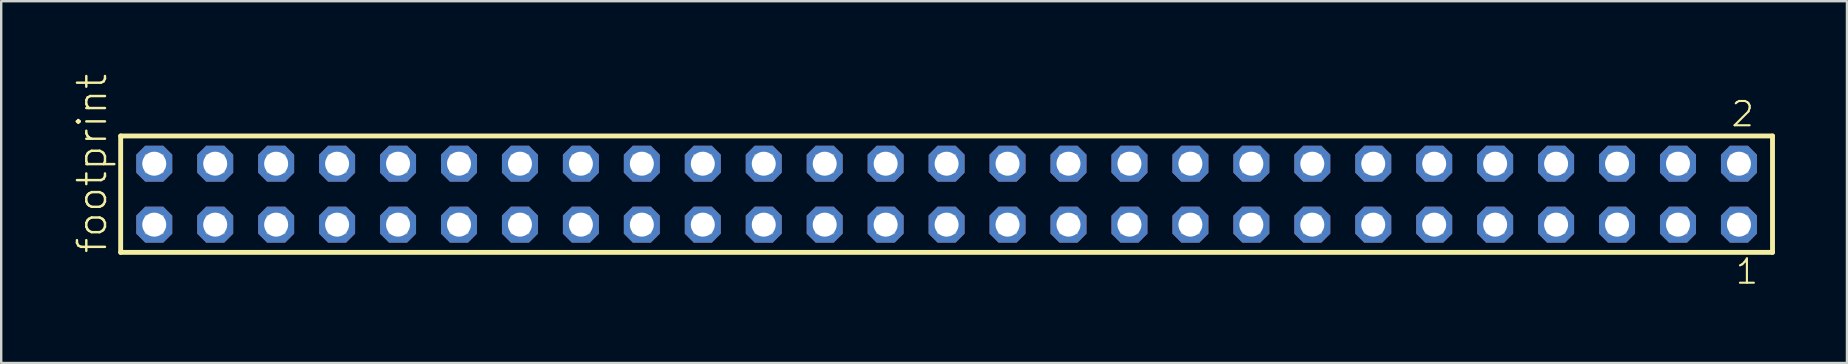
<source format=kicad_pcb>
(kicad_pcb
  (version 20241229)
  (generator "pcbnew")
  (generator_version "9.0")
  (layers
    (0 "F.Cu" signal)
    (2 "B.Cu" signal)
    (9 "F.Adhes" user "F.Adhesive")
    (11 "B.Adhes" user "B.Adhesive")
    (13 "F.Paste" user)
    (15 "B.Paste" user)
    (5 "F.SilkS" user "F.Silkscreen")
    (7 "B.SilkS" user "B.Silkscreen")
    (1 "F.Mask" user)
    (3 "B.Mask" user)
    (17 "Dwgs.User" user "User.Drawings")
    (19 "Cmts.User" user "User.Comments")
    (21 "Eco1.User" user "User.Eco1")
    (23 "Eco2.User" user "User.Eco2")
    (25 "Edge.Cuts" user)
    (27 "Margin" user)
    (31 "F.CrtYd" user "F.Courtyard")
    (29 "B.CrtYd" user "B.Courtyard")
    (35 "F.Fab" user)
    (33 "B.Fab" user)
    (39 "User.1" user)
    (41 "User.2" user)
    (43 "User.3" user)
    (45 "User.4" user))
  (footprint "footprint"
    (layer "F.Cu")
    (at 36.398 5.042)
    (property "Reference" "footprint" (at -34.925 2.54 90) (layer "F.SilkS") (effects (font (size 1.168 1.168) (thickness 0.102)) (justify left bottom)))
    (fp_line (start -34.419 -2.425) (end 34.419 -2.425) (stroke (width 0.203) (type solid)) (layer "F.SilkS"))
    (fp_line (start -34.419 2.425) (end -34.419 -2.425) (stroke (width 0.203) (type solid)) (layer "F.SilkS"))
    (fp_line (start 34.419 -2.425) (end 34.419 2.425) (stroke (width 0.203) (type solid)) (layer "F.SilkS"))
    (fp_line (start 34.419 2.425) (end -34.419 2.425) (stroke (width 0.203) (type solid)) (layer "F.SilkS"))
    (fp_poly (pts (xy -33.37 -0.92) (xy -32.67 -0.92) (xy -32.67 -1.62) (xy -33.37 -1.62)) (stroke (width 0.1) (type solid)) (fill no) (layer "F.Fab"))
    (fp_poly (pts (xy -33.37 1.62) (xy -32.67 1.62) (xy -32.67 0.92) (xy -33.37 0.92)) (stroke (width 0.1) (type solid)) (fill no) (layer "F.Fab"))
    (fp_poly (pts (xy -30.83 -0.92) (xy -30.13 -0.92) (xy -30.13 -1.62) (xy -30.83 -1.62)) (stroke (width 0.1) (type solid)) (fill no) (layer "F.Fab"))
    (fp_poly (pts (xy -30.83 1.62) (xy -30.13 1.62) (xy -30.13 0.92) (xy -30.83 0.92)) (stroke (width 0.1) (type solid)) (fill no) (layer "F.Fab"))
    (fp_poly (pts (xy -28.29 -0.92) (xy -27.59 -0.92) (xy -27.59 -1.62) (xy -28.29 -1.62)) (stroke (width 0.1) (type solid)) (fill no) (layer "F.Fab"))
    (fp_poly (pts (xy -28.29 1.62) (xy -27.59 1.62) (xy -27.59 0.92) (xy -28.29 0.92)) (stroke (width 0.1) (type solid)) (fill no) (layer "F.Fab"))
    (fp_poly (pts (xy -25.75 -0.92) (xy -25.05 -0.92) (xy -25.05 -1.62) (xy -25.75 -1.62)) (stroke (width 0.1) (type solid)) (fill no) (layer "F.Fab"))
    (fp_poly (pts (xy -25.75 1.62) (xy -25.05 1.62) (xy -25.05 0.92) (xy -25.75 0.92)) (stroke (width 0.1) (type solid)) (fill no) (layer "F.Fab"))
    (fp_poly (pts (xy -23.21 -0.92) (xy -22.51 -0.92) (xy -22.51 -1.62) (xy -23.21 -1.62)) (stroke (width 0.1) (type solid)) (fill no) (layer "F.Fab"))
    (fp_poly (pts (xy -23.21 1.62) (xy -22.51 1.62) (xy -22.51 0.92) (xy -23.21 0.92)) (stroke (width 0.1) (type solid)) (fill no) (layer "F.Fab"))
    (fp_poly (pts (xy -20.67 -0.92) (xy -19.97 -0.92) (xy -19.97 -1.62) (xy -20.67 -1.62)) (stroke (width 0.1) (type solid)) (fill no) (layer "F.Fab"))
    (fp_poly (pts (xy -20.67 1.62) (xy -19.97 1.62) (xy -19.97 0.92) (xy -20.67 0.92)) (stroke (width 0.1) (type solid)) (fill no) (layer "F.Fab"))
    (fp_poly (pts (xy -18.13 -0.92) (xy -17.43 -0.92) (xy -17.43 -1.62) (xy -18.13 -1.62)) (stroke (width 0.1) (type solid)) (fill no) (layer "F.Fab"))
    (fp_poly (pts (xy -18.13 1.62) (xy -17.43 1.62) (xy -17.43 0.92) (xy -18.13 0.92)) (stroke (width 0.1) (type solid)) (fill no) (layer "F.Fab"))
    (fp_poly (pts (xy -15.59 -0.92) (xy -14.89 -0.92) (xy -14.89 -1.62) (xy -15.59 -1.62)) (stroke (width 0.1) (type solid)) (fill no) (layer "F.Fab"))
    (fp_poly (pts (xy -15.59 1.62) (xy -14.89 1.62) (xy -14.89 0.92) (xy -15.59 0.92)) (stroke (width 0.1) (type solid)) (fill no) (layer "F.Fab"))
    (fp_poly (pts (xy -13.05 -0.92) (xy -12.35 -0.92) (xy -12.35 -1.62) (xy -13.05 -1.62)) (stroke (width 0.1) (type solid)) (fill no) (layer "F.Fab"))
    (fp_poly (pts (xy -13.05 1.62) (xy -12.35 1.62) (xy -12.35 0.92) (xy -13.05 0.92)) (stroke (width 0.1) (type solid)) (fill no) (layer "F.Fab"))
    (fp_poly (pts (xy -10.51 -0.92) (xy -9.81 -0.92) (xy -9.81 -1.62) (xy -10.51 -1.62)) (stroke (width 0.1) (type solid)) (fill no) (layer "F.Fab"))
    (fp_poly (pts (xy -10.51 1.62) (xy -9.81 1.62) (xy -9.81 0.92) (xy -10.51 0.92)) (stroke (width 0.1) (type solid)) (fill no) (layer "F.Fab"))
    (fp_poly (pts (xy -7.97 -0.92) (xy -7.27 -0.92) (xy -7.27 -1.62) (xy -7.97 -1.62)) (stroke (width 0.1) (type solid)) (fill no) (layer "F.Fab"))
    (fp_poly (pts (xy -7.97 1.62) (xy -7.27 1.62) (xy -7.27 0.92) (xy -7.97 0.92)) (stroke (width 0.1) (type solid)) (fill no) (layer "F.Fab"))
    (fp_poly (pts (xy -5.43 -0.92) (xy -4.73 -0.92) (xy -4.73 -1.62) (xy -5.43 -1.62)) (stroke (width 0.1) (type solid)) (fill no) (layer "F.Fab"))
    (fp_poly (pts (xy -5.43 1.62) (xy -4.73 1.62) (xy -4.73 0.92) (xy -5.43 0.92)) (stroke (width 0.1) (type solid)) (fill no) (layer "F.Fab"))
    (fp_poly (pts (xy -2.89 -0.92) (xy -2.19 -0.92) (xy -2.19 -1.62) (xy -2.89 -1.62)) (stroke (width 0.1) (type solid)) (fill no) (layer "F.Fab"))
    (fp_poly (pts (xy -2.89 1.62) (xy -2.19 1.62) (xy -2.19 0.92) (xy -2.89 0.92)) (stroke (width 0.1) (type solid)) (fill no) (layer "F.Fab"))
    (fp_poly (pts (xy -0.35 -0.92) (xy 0.35 -0.92) (xy 0.35 -1.62) (xy -0.35 -1.62)) (stroke (width 0.1) (type solid)) (fill no) (layer "F.Fab"))
    (fp_poly (pts (xy -0.35 1.62) (xy 0.35 1.62) (xy 0.35 0.92) (xy -0.35 0.92)) (stroke (width 0.1) (type solid)) (fill no) (layer "F.Fab"))
    (fp_poly (pts (xy 2.19 -0.92) (xy 2.89 -0.92) (xy 2.89 -1.62) (xy 2.19 -1.62)) (stroke (width 0.1) (type solid)) (fill no) (layer "F.Fab"))
    (fp_poly (pts (xy 2.19 1.62) (xy 2.89 1.62) (xy 2.89 0.92) (xy 2.19 0.92)) (stroke (width 0.1) (type solid)) (fill no) (layer "F.Fab"))
    (fp_poly (pts (xy 4.73 -0.92) (xy 5.43 -0.92) (xy 5.43 -1.62) (xy 4.73 -1.62)) (stroke (width 0.1) (type solid)) (fill no) (layer "F.Fab"))
    (fp_poly (pts (xy 4.73 1.62) (xy 5.43 1.62) (xy 5.43 0.92) (xy 4.73 0.92)) (stroke (width 0.1) (type solid)) (fill no) (layer "F.Fab"))
    (fp_poly (pts (xy 7.27 -0.92) (xy 7.97 -0.92) (xy 7.97 -1.62) (xy 7.27 -1.62)) (stroke (width 0.1) (type solid)) (fill no) (layer "F.Fab"))
    (fp_poly (pts (xy 7.27 1.62) (xy 7.97 1.62) (xy 7.97 0.92) (xy 7.27 0.92)) (stroke (width 0.1) (type solid)) (fill no) (layer "F.Fab"))
    (fp_poly (pts (xy 9.81 -0.92) (xy 10.51 -0.92) (xy 10.51 -1.62) (xy 9.81 -1.62)) (stroke (width 0.1) (type solid)) (fill no) (layer "F.Fab"))
    (fp_poly (pts (xy 9.81 1.62) (xy 10.51 1.62) (xy 10.51 0.92) (xy 9.81 0.92)) (stroke (width 0.1) (type solid)) (fill no) (layer "F.Fab"))
    (fp_poly (pts (xy 12.35 -0.92) (xy 13.05 -0.92) (xy 13.05 -1.62) (xy 12.35 -1.62)) (stroke (width 0.1) (type solid)) (fill no) (layer "F.Fab"))
    (fp_poly (pts (xy 12.35 1.62) (xy 13.05 1.62) (xy 13.05 0.92) (xy 12.35 0.92)) (stroke (width 0.1) (type solid)) (fill no) (layer "F.Fab"))
    (fp_poly (pts (xy 14.89 -0.92) (xy 15.59 -0.92) (xy 15.59 -1.62) (xy 14.89 -1.62)) (stroke (width 0.1) (type solid)) (fill no) (layer "F.Fab"))
    (fp_poly (pts (xy 14.89 1.62) (xy 15.59 1.62) (xy 15.59 0.92) (xy 14.89 0.92)) (stroke (width 0.1) (type solid)) (fill no) (layer "F.Fab"))
    (fp_poly (pts (xy 17.43 -0.92) (xy 18.13 -0.92) (xy 18.13 -1.62) (xy 17.43 -1.62)) (stroke (width 0.1) (type solid)) (fill no) (layer "F.Fab"))
    (fp_poly (pts (xy 17.43 1.62) (xy 18.13 1.62) (xy 18.13 0.92) (xy 17.43 0.92)) (stroke (width 0.1) (type solid)) (fill no) (layer "F.Fab"))
    (fp_poly (pts (xy 19.97 -0.92) (xy 20.67 -0.92) (xy 20.67 -1.62) (xy 19.97 -1.62)) (stroke (width 0.1) (type solid)) (fill no) (layer "F.Fab"))
    (fp_poly (pts (xy 19.97 1.62) (xy 20.67 1.62) (xy 20.67 0.92) (xy 19.97 0.92)) (stroke (width 0.1) (type solid)) (fill no) (layer "F.Fab"))
    (fp_poly (pts (xy 22.51 -0.92) (xy 23.21 -0.92) (xy 23.21 -1.62) (xy 22.51 -1.62)) (stroke (width 0.1) (type solid)) (fill no) (layer "F.Fab"))
    (fp_poly (pts (xy 22.51 1.62) (xy 23.21 1.62) (xy 23.21 0.92) (xy 22.51 0.92)) (stroke (width 0.1) (type solid)) (fill no) (layer "F.Fab"))
    (fp_poly (pts (xy 25.05 -0.92) (xy 25.75 -0.92) (xy 25.75 -1.62) (xy 25.05 -1.62)) (stroke (width 0.1) (type solid)) (fill no) (layer "F.Fab"))
    (fp_poly (pts (xy 25.05 1.62) (xy 25.75 1.62) (xy 25.75 0.92) (xy 25.05 0.92)) (stroke (width 0.1) (type solid)) (fill no) (layer "F.Fab"))
    (fp_poly (pts (xy 27.59 -0.92) (xy 28.29 -0.92) (xy 28.29 -1.62) (xy 27.59 -1.62)) (stroke (width 0.1) (type solid)) (fill no) (layer "F.Fab"))
    (fp_poly (pts (xy 27.59 1.62) (xy 28.29 1.62) (xy 28.29 0.92) (xy 27.59 0.92)) (stroke (width 0.1) (type solid)) (fill no) (layer "F.Fab"))
    (fp_poly (pts (xy 30.13 -0.92) (xy 30.83 -0.92) (xy 30.83 -1.62) (xy 30.13 -1.62)) (stroke (width 0.1) (type solid)) (fill no) (layer "F.Fab"))
    (fp_poly (pts (xy 30.13 1.62) (xy 30.83 1.62) (xy 30.83 0.92) (xy 30.13 0.92)) (stroke (width 0.1) (type solid)) (fill no) (layer "F.Fab"))
    (fp_poly (pts (xy 32.67 -0.92) (xy 33.37 -0.92) (xy 33.37 -1.62) (xy 32.67 -1.62)) (stroke (width 0.1) (type solid)) (fill no) (layer "F.Fab"))
    (fp_poly (pts (xy 32.67 1.62) (xy 33.37 1.62) (xy 33.37 0.92) (xy 32.67 0.92)) (stroke (width 0.1) (type solid)) (fill no) (layer "F.Fab"))
    (fp_text user "2" (at 32.637 -2.744 0) (layer "F.SilkS") (effects (font (size 1.012 1.012) (thickness 0.088)) (justify left bottom)))
    (fp_text user "1" (at 32.812 3.818 0) (layer "F.SilkS") (effects (font (size 1.012 1.012) (thickness 0.088)) (justify left bottom)))
    (pad "1" thru_hole roundrect (at 33.02 1.27 180) (size 1.5 1.5) (drill 1) (layers "*.Cu" "*.Mask") (roundrect_rratio 0.25) (chamfer_ratio 0.25) (chamfer top_left top_right bottom_left bottom_right))
    (pad "2" thru_hole roundrect (at 33.02 -1.27 180) (size 1.5 1.5) (drill 1) (layers "*.Cu" "*.Mask") (roundrect_rratio 0.25) (chamfer_ratio 0.25) (chamfer top_left top_right bottom_left bottom_right))
    (pad "3" thru_hole roundrect (at 30.48 1.27 180) (size 1.5 1.5) (drill 1) (layers "*.Cu" "*.Mask") (roundrect_rratio 0.25) (chamfer_ratio 0.25) (chamfer top_left top_right bottom_left bottom_right))
    (pad "4" thru_hole roundrect (at 30.48 -1.27 180) (size 1.5 1.5) (drill 1) (layers "*.Cu" "*.Mask") (roundrect_rratio 0.25) (chamfer_ratio 0.25) (chamfer top_left top_right bottom_left bottom_right))
    (pad "5" thru_hole roundrect (at 27.94 1.27 180) (size 1.5 1.5) (drill 1) (layers "*.Cu" "*.Mask") (roundrect_rratio 0.25) (chamfer_ratio 0.25) (chamfer top_left top_right bottom_left bottom_right))
    (pad "6" thru_hole roundrect (at 27.94 -1.27 180) (size 1.5 1.5) (drill 1) (layers "*.Cu" "*.Mask") (roundrect_rratio 0.25) (chamfer_ratio 0.25) (chamfer top_left top_right bottom_left bottom_right))
    (pad "7" thru_hole roundrect (at 25.4 1.27 180) (size 1.5 1.5) (drill 1) (layers "*.Cu" "*.Mask") (roundrect_rratio 0.25) (chamfer_ratio 0.25) (chamfer top_left top_right bottom_left bottom_right))
    (pad "8" thru_hole roundrect (at 25.4 -1.27 180) (size 1.5 1.5) (drill 1) (layers "*.Cu" "*.Mask") (roundrect_rratio 0.25) (chamfer_ratio 0.25) (chamfer top_left top_right bottom_left bottom_right))
    (pad "9" thru_hole roundrect (at 22.86 1.27 180) (size 1.5 1.5) (drill 1) (layers "*.Cu" "*.Mask") (roundrect_rratio 0.25) (chamfer_ratio 0.25) (chamfer top_left top_right bottom_left bottom_right))
    (pad "10" thru_hole roundrect (at 22.86 -1.27 180) (size 1.5 1.5) (drill 1) (layers "*.Cu" "*.Mask") (roundrect_rratio 0.25) (chamfer_ratio 0.25) (chamfer top_left top_right bottom_left bottom_right))
    (pad "11" thru_hole roundrect (at 20.32 1.27 180) (size 1.5 1.5) (drill 1) (layers "*.Cu" "*.Mask") (roundrect_rratio 0.25) (chamfer_ratio 0.25) (chamfer top_left top_right bottom_left bottom_right))
    (pad "12" thru_hole roundrect (at 20.32 -1.27 180) (size 1.5 1.5) (drill 1) (layers "*.Cu" "*.Mask") (roundrect_rratio 0.25) (chamfer_ratio 0.25) (chamfer top_left top_right bottom_left bottom_right))
    (pad "13" thru_hole roundrect (at 17.78 1.27 180) (size 1.5 1.5) (drill 1) (layers "*.Cu" "*.Mask") (roundrect_rratio 0.25) (chamfer_ratio 0.25) (chamfer top_left top_right bottom_left bottom_right))
    (pad "14" thru_hole roundrect (at 17.78 -1.27 180) (size 1.5 1.5) (drill 1) (layers "*.Cu" "*.Mask") (roundrect_rratio 0.25) (chamfer_ratio 0.25) (chamfer top_left top_right bottom_left bottom_right))
    (pad "15" thru_hole roundrect (at 15.24 1.27 180) (size 1.5 1.5) (drill 1) (layers "*.Cu" "*.Mask") (roundrect_rratio 0.25) (chamfer_ratio 0.25) (chamfer top_left top_right bottom_left bottom_right))
    (pad "16" thru_hole roundrect (at 15.24 -1.27 180) (size 1.5 1.5) (drill 1) (layers "*.Cu" "*.Mask") (roundrect_rratio 0.25) (chamfer_ratio 0.25) (chamfer top_left top_right bottom_left bottom_right))
    (pad "17" thru_hole roundrect (at 12.7 1.27 180) (size 1.5 1.5) (drill 1) (layers "*.Cu" "*.Mask") (roundrect_rratio 0.25) (chamfer_ratio 0.25) (chamfer top_left top_right bottom_left bottom_right))
    (pad "18" thru_hole roundrect (at 12.7 -1.27 180) (size 1.5 1.5) (drill 1) (layers "*.Cu" "*.Mask") (roundrect_rratio 0.25) (chamfer_ratio 0.25) (chamfer top_left top_right bottom_left bottom_right))
    (pad "19" thru_hole roundrect (at 10.16 1.27 180) (size 1.5 1.5) (drill 1) (layers "*.Cu" "*.Mask") (roundrect_rratio 0.25) (chamfer_ratio 0.25) (chamfer top_left top_right bottom_left bottom_right))
    (pad "20" thru_hole roundrect (at 10.16 -1.27 180) (size 1.5 1.5) (drill 1) (layers "*.Cu" "*.Mask") (roundrect_rratio 0.25) (chamfer_ratio 0.25) (chamfer top_left top_right bottom_left bottom_right))
    (pad "21" thru_hole roundrect (at 7.62 1.27 180) (size 1.5 1.5) (drill 1) (layers "*.Cu" "*.Mask") (roundrect_rratio 0.25) (chamfer_ratio 0.25) (chamfer top_left top_right bottom_left bottom_right))
    (pad "22" thru_hole roundrect (at 7.62 -1.27 180) (size 1.5 1.5) (drill 1) (layers "*.Cu" "*.Mask") (roundrect_rratio 0.25) (chamfer_ratio 0.25) (chamfer top_left top_right bottom_left bottom_right))
    (pad "23" thru_hole roundrect (at 5.08 1.27 180) (size 1.5 1.5) (drill 1) (layers "*.Cu" "*.Mask") (roundrect_rratio 0.25) (chamfer_ratio 0.25) (chamfer top_left top_right bottom_left bottom_right))
    (pad "24" thru_hole roundrect (at 5.08 -1.27 180) (size 1.5 1.5) (drill 1) (layers "*.Cu" "*.Mask") (roundrect_rratio 0.25) (chamfer_ratio 0.25) (chamfer top_left top_right bottom_left bottom_right))
    (pad "25" thru_hole roundrect (at 2.54 1.27 180) (size 1.5 1.5) (drill 1) (layers "*.Cu" "*.Mask") (roundrect_rratio 0.25) (chamfer_ratio 0.25) (chamfer top_left top_right bottom_left bottom_right))
    (pad "26" thru_hole roundrect (at 2.54 -1.27 180) (size 1.5 1.5) (drill 1) (layers "*.Cu" "*.Mask") (roundrect_rratio 0.25) (chamfer_ratio 0.25) (chamfer top_left top_right bottom_left bottom_right))
    (pad "27" thru_hole roundrect (at 0 1.27 180) (size 1.5 1.5) (drill 1) (layers "*.Cu" "*.Mask") (roundrect_rratio 0.25) (chamfer_ratio 0.25) (chamfer top_left top_right bottom_left bottom_right))
    (pad "28" thru_hole roundrect (at 0 -1.27 180) (size 1.5 1.5) (drill 1) (layers "*.Cu" "*.Mask") (roundrect_rratio 0.25) (chamfer_ratio 0.25) (chamfer top_left top_right bottom_left bottom_right))
    (pad "29" thru_hole roundrect (at -2.54 1.27 180) (size 1.5 1.5) (drill 1) (layers "*.Cu" "*.Mask") (roundrect_rratio 0.25) (chamfer_ratio 0.25) (chamfer top_left top_right bottom_left bottom_right))
    (pad "30" thru_hole roundrect (at -2.54 -1.27 180) (size 1.5 1.5) (drill 1) (layers "*.Cu" "*.Mask") (roundrect_rratio 0.25) (chamfer_ratio 0.25) (chamfer top_left top_right bottom_left bottom_right))
    (pad "31" thru_hole roundrect (at -5.08 1.27 180) (size 1.5 1.5) (drill 1) (layers "*.Cu" "*.Mask") (roundrect_rratio 0.25) (chamfer_ratio 0.25) (chamfer top_left top_right bottom_left bottom_right))
    (pad "32" thru_hole roundrect (at -5.08 -1.27 180) (size 1.5 1.5) (drill 1) (layers "*.Cu" "*.Mask") (roundrect_rratio 0.25) (chamfer_ratio 0.25) (chamfer top_left top_right bottom_left bottom_right))
    (pad "33" thru_hole roundrect (at -7.62 1.27 180) (size 1.5 1.5) (drill 1) (layers "*.Cu" "*.Mask") (roundrect_rratio 0.25) (chamfer_ratio 0.25) (chamfer top_left top_right bottom_left bottom_right))
    (pad "34" thru_hole roundrect (at -7.62 -1.27 180) (size 1.5 1.5) (drill 1) (layers "*.Cu" "*.Mask") (roundrect_rratio 0.25) (chamfer_ratio 0.25) (chamfer top_left top_right bottom_left bottom_right))
    (pad "35" thru_hole roundrect (at -10.16 1.27 180) (size 1.5 1.5) (drill 1) (layers "*.Cu" "*.Mask") (roundrect_rratio 0.25) (chamfer_ratio 0.25) (chamfer top_left top_right bottom_left bottom_right))
    (pad "36" thru_hole roundrect (at -10.16 -1.27 180) (size 1.5 1.5) (drill 1) (layers "*.Cu" "*.Mask") (roundrect_rratio 0.25) (chamfer_ratio 0.25) (chamfer top_left top_right bottom_left bottom_right))
    (pad "37" thru_hole roundrect (at -12.7 1.27 180) (size 1.5 1.5) (drill 1) (layers "*.Cu" "*.Mask") (roundrect_rratio 0.25) (chamfer_ratio 0.25) (chamfer top_left top_right bottom_left bottom_right))
    (pad "38" thru_hole roundrect (at -12.7 -1.27 180) (size 1.5 1.5) (drill 1) (layers "*.Cu" "*.Mask") (roundrect_rratio 0.25) (chamfer_ratio 0.25) (chamfer top_left top_right bottom_left bottom_right))
    (pad "39" thru_hole roundrect (at -15.24 1.27 180) (size 1.5 1.5) (drill 1) (layers "*.Cu" "*.Mask") (roundrect_rratio 0.25) (chamfer_ratio 0.25) (chamfer top_left top_right bottom_left bottom_right))
    (pad "40" thru_hole roundrect (at -15.24 -1.27 180) (size 1.5 1.5) (drill 1) (layers "*.Cu" "*.Mask") (roundrect_rratio 0.25) (chamfer_ratio 0.25) (chamfer top_left top_right bottom_left bottom_right))
    (pad "41" thru_hole roundrect (at -17.78 1.27 180) (size 1.5 1.5) (drill 1) (layers "*.Cu" "*.Mask") (roundrect_rratio 0.25) (chamfer_ratio 0.25) (chamfer top_left top_right bottom_left bottom_right))
    (pad "42" thru_hole roundrect (at -17.78 -1.27 180) (size 1.5 1.5) (drill 1) (layers "*.Cu" "*.Mask") (roundrect_rratio 0.25) (chamfer_ratio 0.25) (chamfer top_left top_right bottom_left bottom_right))
    (pad "43" thru_hole roundrect (at -20.32 1.27 180) (size 1.5 1.5) (drill 1) (layers "*.Cu" "*.Mask") (roundrect_rratio 0.25) (chamfer_ratio 0.25) (chamfer top_left top_right bottom_left bottom_right))
    (pad "44" thru_hole roundrect (at -20.32 -1.27 180) (size 1.5 1.5) (drill 1) (layers "*.Cu" "*.Mask") (roundrect_rratio 0.25) (chamfer_ratio 0.25) (chamfer top_left top_right bottom_left bottom_right))
    (pad "45" thru_hole roundrect (at -22.86 1.27 180) (size 1.5 1.5) (drill 1) (layers "*.Cu" "*.Mask") (roundrect_rratio 0.25) (chamfer_ratio 0.25) (chamfer top_left top_right bottom_left bottom_right))
    (pad "46" thru_hole roundrect (at -22.86 -1.27 180) (size 1.5 1.5) (drill 1) (layers "*.Cu" "*.Mask") (roundrect_rratio 0.25) (chamfer_ratio 0.25) (chamfer top_left top_right bottom_left bottom_right))
    (pad "47" thru_hole roundrect (at -25.4 1.27 180) (size 1.5 1.5) (drill 1) (layers "*.Cu" "*.Mask") (roundrect_rratio 0.25) (chamfer_ratio 0.25) (chamfer top_left top_right bottom_left bottom_right))
    (pad "48" thru_hole roundrect (at -25.4 -1.27 180) (size 1.5 1.5) (drill 1) (layers "*.Cu" "*.Mask") (roundrect_rratio 0.25) (chamfer_ratio 0.25) (chamfer top_left top_right bottom_left bottom_right))
    (pad "49" thru_hole roundrect (at -27.94 1.27 180) (size 1.5 1.5) (drill 1) (layers "*.Cu" "*.Mask") (roundrect_rratio 0.25) (chamfer_ratio 0.25) (chamfer top_left top_right bottom_left bottom_right))
    (pad "50" thru_hole roundrect (at -27.94 -1.27 180) (size 1.5 1.5) (drill 1) (layers "*.Cu" "*.Mask") (roundrect_rratio 0.25) (chamfer_ratio 0.25) (chamfer top_left top_right bottom_left bottom_right))
    (pad "51" thru_hole roundrect (at -30.48 1.27 180) (size 1.5 1.5) (drill 1) (layers "*.Cu" "*.Mask") (roundrect_rratio 0.25) (chamfer_ratio 0.25) (chamfer top_left top_right bottom_left bottom_right))
    (pad "52" thru_hole roundrect (at -30.48 -1.27 180) (size 1.5 1.5) (drill 1) (layers "*.Cu" "*.Mask") (roundrect_rratio 0.25) (chamfer_ratio 0.25) (chamfer top_left top_right bottom_left bottom_right))
    (pad "53" thru_hole roundrect (at -33.02 1.27 180) (size 1.5 1.5) (drill 1) (layers "*.Cu" "*.Mask") (roundrect_rratio 0.25) (chamfer_ratio 0.25) (chamfer top_left top_right bottom_left bottom_right))
    (pad "54" thru_hole roundrect (at -33.02 -1.27 180) (size 1.5 1.5) (drill 1) (layers "*.Cu" "*.Mask") (roundrect_rratio 0.25) (chamfer_ratio 0.25) (chamfer top_left top_right bottom_left bottom_right)))
  (gr_rect
    (start -3 -3)
    (end 73.919 12.077)
    (stroke (width 0.1) (type default))
    (fill no)
    (layer "Edge.Cuts")))
</source>
